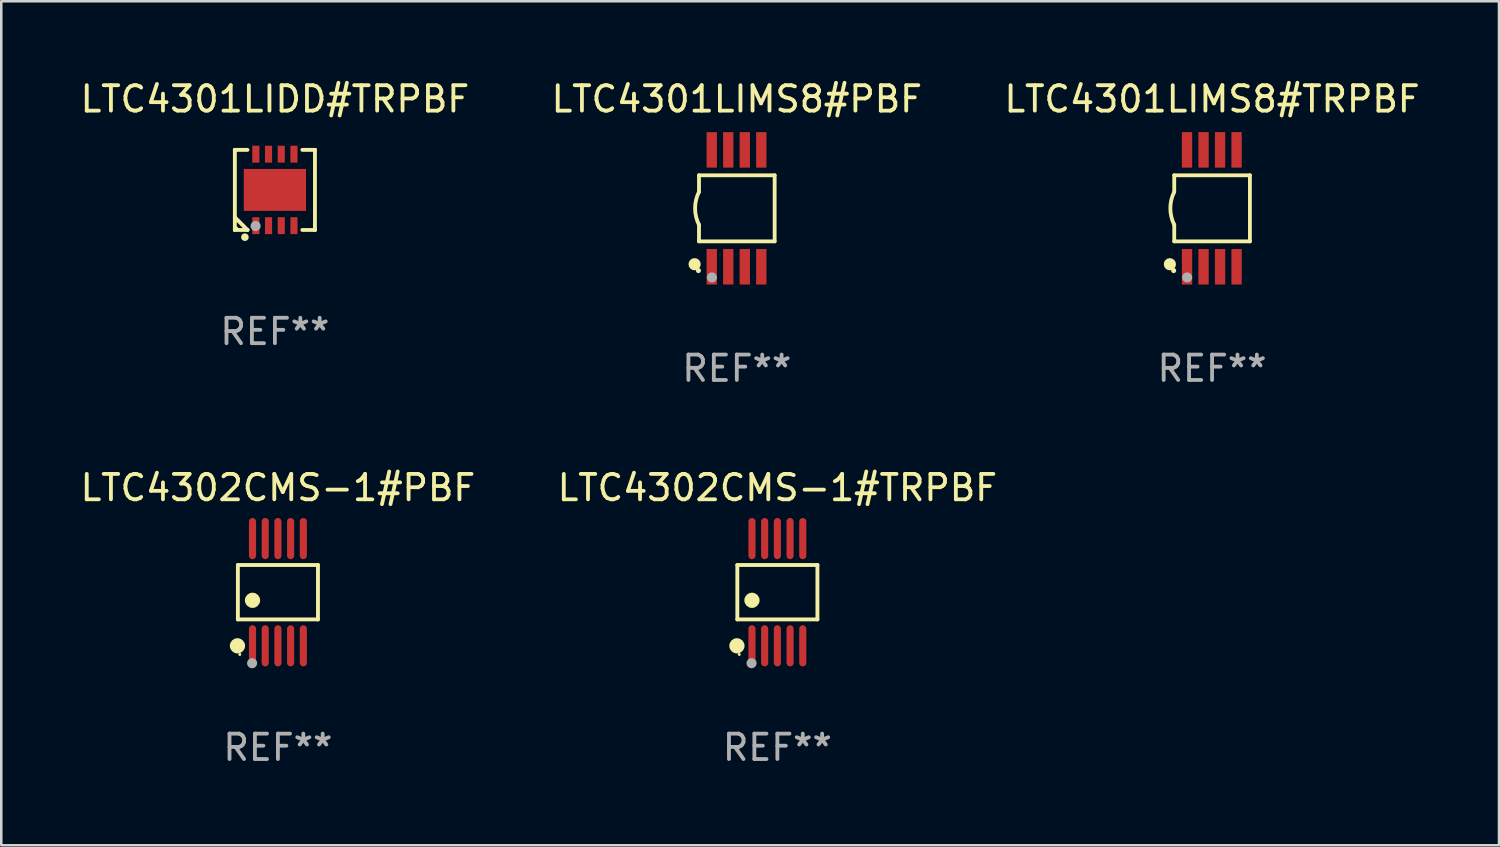
<source format=kicad_pcb>
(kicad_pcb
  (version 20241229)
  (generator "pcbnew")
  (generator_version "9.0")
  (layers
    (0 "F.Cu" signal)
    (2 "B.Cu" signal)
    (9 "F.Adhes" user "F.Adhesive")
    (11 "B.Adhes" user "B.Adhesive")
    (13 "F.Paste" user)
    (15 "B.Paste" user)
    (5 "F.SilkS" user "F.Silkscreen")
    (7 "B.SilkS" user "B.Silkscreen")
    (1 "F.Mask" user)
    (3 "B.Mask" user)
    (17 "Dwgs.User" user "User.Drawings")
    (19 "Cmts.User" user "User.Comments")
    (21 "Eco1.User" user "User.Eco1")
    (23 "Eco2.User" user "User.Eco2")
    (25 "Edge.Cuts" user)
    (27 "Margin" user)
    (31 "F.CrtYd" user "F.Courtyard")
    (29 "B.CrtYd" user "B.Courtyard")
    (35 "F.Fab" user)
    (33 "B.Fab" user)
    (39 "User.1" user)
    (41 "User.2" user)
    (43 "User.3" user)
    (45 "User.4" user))
  (footprint "LTC4301LIMS8#TRPBF"
    (layer "F.Cu")
    (at 44.649 5.148)
    (property "Reference" "LTC4301LIMS8#TRPBF" (at 0 -4.3 0) (layer "F.SilkS") (effects (font (size 1 1) (thickness 0.15))))
    (attr through_hole)
    (fp_line (start -1.489 -1.3) (end -1.489 -0.648) (stroke (width 0.15) (type solid)) (layer "F.SilkS"))
    (fp_line (start -1.489 0.648) (end -1.489 1.3) (stroke (width 0.15) (type solid)) (layer "F.SilkS"))
    (fp_line (start -1.489 1.3) (end 1.489 1.3) (stroke (width 0.15) (type solid)) (layer "F.SilkS"))
    (fp_line (start 1.489 -1.3) (end -1.489 -1.3) (stroke (width 0.15) (type solid)) (layer "F.SilkS"))
    (fp_line (start 1.489 1.3) (end 1.489 -1.3) (stroke (width 0.15) (type solid)) (layer "F.SilkS"))
    (fp_arc (start -1.489205 0.647702) (mid -1.642107 0) (end -1.489205 -0.647701) (stroke (width 0.150013) (type solid)) (layer "F.SilkS"))
    (fp_circle (center -1.661 2.2) (end -1.541 2.2) (stroke (width 0.24) (type solid)) (fill no) (layer "F.SilkS"))
    (fp_circle (center -1.511 2.45) (end -1.461 2.45) (stroke (width 0.1) (type solid)) (fill no) (layer "F.SilkS"))
    (fp_circle (center -0.981 2.72) (end -0.881 2.72) (stroke (width 0.2) (type solid)) (fill no) (layer "F.Fab"))
    (fp_text user "REF**" (at 0 6.3 0) (layer "F.Fab") (effects (font (size 1 1) (thickness 0.15))))
    (pad "1" smd rect (at -0.986 2.3) (size 0.406 1.397) (layers "F.Cu" "F.Mask" "F.Paste"))
    (pad "2" smd rect (at -0.336 2.3) (size 0.406 1.397) (layers "F.Cu" "F.Mask" "F.Paste"))
    (pad "3" smd rect (at 0.314 2.3) (size 0.406 1.397) (layers "F.Cu" "F.Mask" "F.Paste"))
    (pad "4" smd rect (at 0.964 2.3) (size 0.406 1.397) (layers "F.Cu" "F.Mask" "F.Paste"))
    (pad "5" smd rect (at 0.964 -2.3) (size 0.406 1.397) (layers "F.Cu" "F.Mask" "F.Paste"))
    (pad "6" smd rect (at 0.314 -2.3) (size 0.406 1.397) (layers "F.Cu" "F.Mask" "F.Paste"))
    (pad "7" smd rect (at -0.336 -2.3) (size 0.406 1.397) (layers "F.Cu" "F.Mask" "F.Paste"))
    (pad "8" smd rect (at -0.986 -2.3) (size 0.406 1.397) (layers "F.Cu" "F.Mask" "F.Paste")))
  (footprint "LTC4301LIMS8#PBF"
    (layer "F.Cu")
    (at 25.946 5.148)
    (property "Reference" "LTC4301LIMS8#PBF" (at 0 -4.3 0) (layer "F.SilkS") (effects (font (size 1 1) (thickness 0.15))))
    (attr through_hole)
    (fp_line (start -1.489 -1.3) (end -1.489 -0.648) (stroke (width 0.15) (type solid)) (layer "F.SilkS"))
    (fp_line (start -1.489 0.648) (end -1.489 1.3) (stroke (width 0.15) (type solid)) (layer "F.SilkS"))
    (fp_line (start -1.489 1.3) (end 1.489 1.3) (stroke (width 0.15) (type solid)) (layer "F.SilkS"))
    (fp_line (start 1.489 -1.3) (end -1.489 -1.3) (stroke (width 0.15) (type solid)) (layer "F.SilkS"))
    (fp_line (start 1.489 1.3) (end 1.489 -1.3) (stroke (width 0.15) (type solid)) (layer "F.SilkS"))
    (fp_arc (start -1.489205 0.647702) (mid -1.642107 0) (end -1.489205 -0.647701) (stroke (width 0.150013) (type solid)) (layer "F.SilkS"))
    (fp_circle (center -1.661 2.2) (end -1.541 2.2) (stroke (width 0.24) (type solid)) (fill no) (layer "F.SilkS"))
    (fp_circle (center -1.511 2.45) (end -1.461 2.45) (stroke (width 0.1) (type solid)) (fill no) (layer "F.SilkS"))
    (fp_circle (center -0.981 2.72) (end -0.881 2.72) (stroke (width 0.2) (type solid)) (fill no) (layer "F.Fab"))
    (fp_text user "REF**" (at 0 6.3 0) (layer "F.Fab") (effects (font (size 1 1) (thickness 0.15))))
    (pad "1" smd rect (at -0.986 2.3) (size 0.406 1.397) (layers "F.Cu" "F.Mask" "F.Paste"))
    (pad "2" smd rect (at -0.336 2.3) (size 0.406 1.397) (layers "F.Cu" "F.Mask" "F.Paste"))
    (pad "3" smd rect (at 0.314 2.3) (size 0.406 1.397) (layers "F.Cu" "F.Mask" "F.Paste"))
    (pad "4" smd rect (at 0.964 2.3) (size 0.406 1.397) (layers "F.Cu" "F.Mask" "F.Paste"))
    (pad "5" smd rect (at 0.964 -2.3) (size 0.406 1.397) (layers "F.Cu" "F.Mask" "F.Paste"))
    (pad "6" smd rect (at 0.314 -2.3) (size 0.406 1.397) (layers "F.Cu" "F.Mask" "F.Paste"))
    (pad "7" smd rect (at -0.336 -2.3) (size 0.406 1.397) (layers "F.Cu" "F.Mask" "F.Paste"))
    (pad "8" smd rect (at -0.986 -2.3) (size 0.406 1.397) (layers "F.Cu" "F.Mask" "F.Paste")))
  (footprint "LTC4302CMS-1#TRPBF"
    (layer "F.Cu")
    (at 27.542 20.255)
    (property "Reference" "LTC4302CMS-1#TRPBF" (at 0 -4.11 0) (layer "F.SilkS") (effects (font (size 1 1) (thickness 0.15))))
    (attr through_hole)
    (fp_line (start -1.576 -1.071) (end 1.576 -1.071) (stroke (width 0.152) (type solid)) (layer "F.SilkS"))
    (fp_line (start -1.576 1.071) (end -1.576 -1.071) (stroke (width 0.152) (type solid)) (layer "F.SilkS"))
    (fp_line (start 1.576 -1.071) (end 1.576 1.071) (stroke (width 0.152) (type solid)) (layer "F.SilkS"))
    (fp_line (start 1.576 1.071) (end -1.576 1.071) (stroke (width 0.152) (type solid)) (layer "F.SilkS"))
    (fp_circle (center -1.592 2.11) (end -1.442 2.11) (stroke (width 0.3) (type solid)) (fill no) (layer "F.SilkS"))
    (fp_circle (center -1.5 2.45) (end -1.47 2.45) (stroke (width 0.06) (type solid)) (fill no) (layer "F.SilkS"))
    (fp_circle (center -1 0.319) (end -0.85 0.319) (stroke (width 0.3) (type solid)) (fill no) (layer "F.SilkS"))
    (fp_circle (center -1.016 2.794) (end -0.916 2.794) (stroke (width 0.2) (type solid)) (fill no) (layer "F.Fab"))
    (fp_text user "REF**" (at 0 6.11 0) (layer "F.Fab") (effects (font (size 1 1) (thickness 0.15))))
    (pad "1" smd oval (at -1 2.11) (size 0.28 1.62) (layers "F.Cu" "F.Mask" "F.Paste"))
    (pad "2" smd oval (at -0.5 2.11) (size 0.28 1.62) (layers "F.Cu" "F.Mask" "F.Paste"))
    (pad "3" smd oval (at 0 2.11) (size 0.28 1.62) (layers "F.Cu" "F.Mask" "F.Paste"))
    (pad "4" smd oval (at 0.5 2.11) (size 0.28 1.62) (layers "F.Cu" "F.Mask" "F.Paste"))
    (pad "5" smd oval (at 1 2.11) (size 0.28 1.62) (layers "F.Cu" "F.Mask" "F.Paste"))
    (pad "6" smd oval (at 1 -2.11) (size 0.28 1.62) (layers "F.Cu" "F.Mask" "F.Paste"))
    (pad "7" smd oval (at 0.5 -2.11) (size 0.28 1.62) (layers "F.Cu" "F.Mask" "F.Paste"))
    (pad "8" smd oval (at 0 -2.11) (size 0.28 1.62) (layers "F.Cu" "F.Mask" "F.Paste"))
    (pad "9" smd oval (at -0.5 -2.11) (size 0.28 1.62) (layers "F.Cu" "F.Mask" "F.Paste"))
    (pad "10" smd oval (at -1 -2.11) (size 0.28 1.62) (layers "F.Cu" "F.Mask" "F.Paste")))
  (footprint "LTC4301LIDD#TRPBF"
    (layer "F.Cu")
    (at 7.768 4.424)
    (property "Reference" "LTC4301LIDD#TRPBF" (at 0 -3.576 0) (layer "F.SilkS") (effects (font (size 1 1) (thickness 0.15))))
    (attr through_hole)
    (fp_line (start -1.576 -1.576) (end -1.576 -1.576) (stroke (width 0.152) (type solid)) (layer "F.SilkS"))
    (fp_line (start -1.576 -1.576) (end -1.08 -1.576) (stroke (width 0.152) (type solid)) (layer "F.SilkS"))
    (fp_line (start -1.576 1.576) (end -1.576 -1.576) (stroke (width 0.152) (type solid)) (layer "F.SilkS"))
    (fp_line (start -1.576 1.576) (end -1.576 1.576) (stroke (width 0.152) (type solid)) (layer "F.SilkS"))
    (fp_line (start -1.08 1.575) (end -1.576 1.079) (stroke (width 0.152) (type solid)) (layer "F.SilkS"))
    (fp_line (start -1.08 1.576) (end -1.576 1.576) (stroke (width 0.152) (type solid)) (layer "F.SilkS"))
    (fp_line (start -1.08 1.576) (end -1.08 1.575) (stroke (width 0.152) (type solid)) (layer "F.SilkS"))
    (fp_line (start 1.08 1.576) (end 1.576 1.576) (stroke (width 0.152) (type solid)) (layer "F.SilkS"))
    (fp_line (start 1.576 -1.576) (end 1.08 -1.576) (stroke (width 0.152) (type solid)) (layer "F.SilkS"))
    (fp_line (start 1.576 -1.576) (end 1.576 -1.576) (stroke (width 0.152) (type solid)) (layer "F.SilkS"))
    (fp_line (start 1.576 1.576) (end 1.576 -1.576) (stroke (width 0.152) (type solid)) (layer "F.SilkS"))
    (fp_line (start 1.576 1.576) (end 1.576 1.576) (stroke (width 0.152) (type solid)) (layer "F.SilkS"))
    (fp_circle (center -1.5 1.5) (end -1.47 1.5) (stroke (width 0.06) (type solid)) (fill no) (layer "F.SilkS"))
    (fp_circle (center -1.18 1.86) (end -1.105 1.86) (stroke (width 0.15) (type solid)) (fill no) (layer "F.SilkS"))
    (fp_circle (center -0.76 1.42) (end -0.66 1.42) (stroke (width 0.2) (type solid)) (fill no) (layer "F.Fab"))
    (fp_text user "REF**" (at 0 5.576 0) (layer "F.Fab") (effects (font (size 1 1) (thickness 0.15))))
    (pad "1" smd rect (at -0.75 1.407) (size 0.28 0.665) (layers "F.Cu" "F.Mask" "F.Paste"))
    (pad "2" smd rect (at -0.25 1.407) (size 0.28 0.665) (layers "F.Cu" "F.Mask" "F.Paste"))
    (pad "3" smd rect (at 0.25 1.407) (size 0.28 0.665) (layers "F.Cu" "F.Mask" "F.Paste"))
    (pad "4" smd rect (at 0.75 1.407) (size 0.28 0.665) (layers "F.Cu" "F.Mask" "F.Paste"))
    (pad "5" smd rect (at 0.75 -1.407) (size 0.28 0.665) (layers "F.Cu" "F.Mask" "F.Paste"))
    (pad "6" smd rect (at 0.25 -1.407) (size 0.28 0.665) (layers "F.Cu" "F.Mask" "F.Paste"))
    (pad "7" smd rect (at -0.25 -1.407) (size 0.28 0.665) (layers "F.Cu" "F.Mask" "F.Paste"))
    (pad "8" smd rect (at -0.75 -1.407) (size 0.28 0.665) (layers "F.Cu" "F.Mask" "F.Paste"))
    (pad "9" smd rect (at 0 0) (size 2.45 1.65) (layers "F.Cu" "F.Mask" "F.Paste")))
  (footprint "LTC4302CMS-1#PBF"
    (layer "F.Cu")
    (at 7.887 20.255)
    (property "Reference" "LTC4302CMS-1#PBF" (at 0 -4.11 0) (layer "F.SilkS") (effects (font (size 1 1) (thickness 0.15))))
    (attr through_hole)
    (fp_line (start -1.576 -1.071) (end 1.576 -1.071) (stroke (width 0.152) (type solid)) (layer "F.SilkS"))
    (fp_line (start -1.576 1.071) (end -1.576 -1.071) (stroke (width 0.152) (type solid)) (layer "F.SilkS"))
    (fp_line (start 1.576 -1.071) (end 1.576 1.071) (stroke (width 0.152) (type solid)) (layer "F.SilkS"))
    (fp_line (start 1.576 1.071) (end -1.576 1.071) (stroke (width 0.152) (type solid)) (layer "F.SilkS"))
    (fp_circle (center -1.592 2.11) (end -1.442 2.11) (stroke (width 0.3) (type solid)) (fill no) (layer "F.SilkS"))
    (fp_circle (center -1.5 2.45) (end -1.47 2.45) (stroke (width 0.06) (type solid)) (fill no) (layer "F.SilkS"))
    (fp_circle (center -1 0.319) (end -0.85 0.319) (stroke (width 0.3) (type solid)) (fill no) (layer "F.SilkS"))
    (fp_circle (center -1.016 2.794) (end -0.916 2.794) (stroke (width 0.2) (type solid)) (fill no) (layer "F.Fab"))
    (fp_text user "REF**" (at 0 6.11 0) (layer "F.Fab") (effects (font (size 1 1) (thickness 0.15))))
    (pad "1" smd oval (at -1 2.11) (size 0.28 1.62) (layers "F.Cu" "F.Mask" "F.Paste"))
    (pad "2" smd oval (at -0.5 2.11) (size 0.28 1.62) (layers "F.Cu" "F.Mask" "F.Paste"))
    (pad "3" smd oval (at 0 2.11) (size 0.28 1.62) (layers "F.Cu" "F.Mask" "F.Paste"))
    (pad "4" smd oval (at 0.5 2.11) (size 0.28 1.62) (layers "F.Cu" "F.Mask" "F.Paste"))
    (pad "5" smd oval (at 1 2.11) (size 0.28 1.62) (layers "F.Cu" "F.Mask" "F.Paste"))
    (pad "6" smd oval (at 1 -2.11) (size 0.28 1.62) (layers "F.Cu" "F.Mask" "F.Paste"))
    (pad "7" smd oval (at 0.5 -2.11) (size 0.28 1.62) (layers "F.Cu" "F.Mask" "F.Paste"))
    (pad "8" smd oval (at 0 -2.11) (size 0.28 1.62) (layers "F.Cu" "F.Mask" "F.Paste"))
    (pad "9" smd oval (at -0.5 -2.11) (size 0.28 1.62) (layers "F.Cu" "F.Mask" "F.Paste"))
    (pad "10" smd oval (at -1 -2.11) (size 0.28 1.62) (layers "F.Cu" "F.Mask" "F.Paste")))
  (gr_rect
    (start -3 -3)
    (end 55.94 30.213)
    (stroke (width 0.1) (type default))
    (fill no)
    (layer "Edge.Cuts")))
</source>
